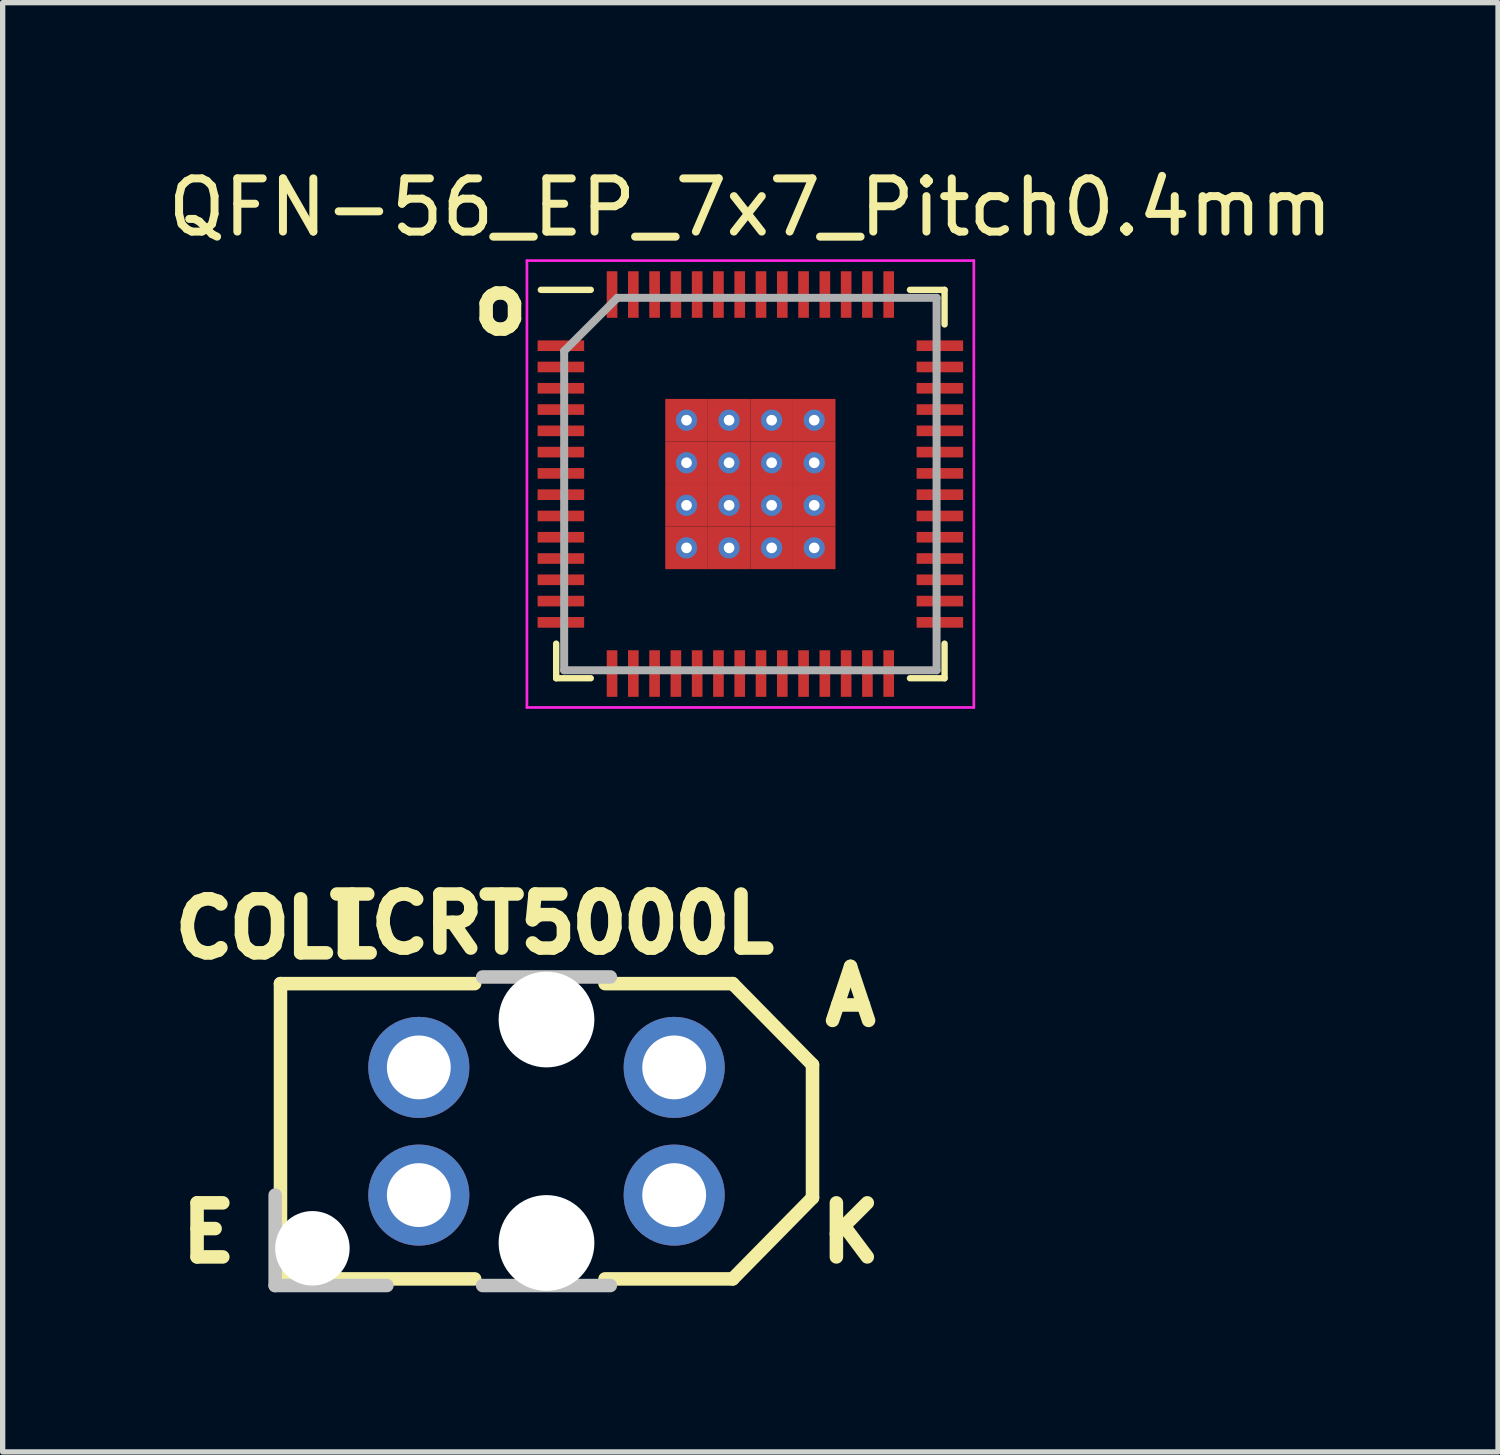
<source format=kicad_pcb>
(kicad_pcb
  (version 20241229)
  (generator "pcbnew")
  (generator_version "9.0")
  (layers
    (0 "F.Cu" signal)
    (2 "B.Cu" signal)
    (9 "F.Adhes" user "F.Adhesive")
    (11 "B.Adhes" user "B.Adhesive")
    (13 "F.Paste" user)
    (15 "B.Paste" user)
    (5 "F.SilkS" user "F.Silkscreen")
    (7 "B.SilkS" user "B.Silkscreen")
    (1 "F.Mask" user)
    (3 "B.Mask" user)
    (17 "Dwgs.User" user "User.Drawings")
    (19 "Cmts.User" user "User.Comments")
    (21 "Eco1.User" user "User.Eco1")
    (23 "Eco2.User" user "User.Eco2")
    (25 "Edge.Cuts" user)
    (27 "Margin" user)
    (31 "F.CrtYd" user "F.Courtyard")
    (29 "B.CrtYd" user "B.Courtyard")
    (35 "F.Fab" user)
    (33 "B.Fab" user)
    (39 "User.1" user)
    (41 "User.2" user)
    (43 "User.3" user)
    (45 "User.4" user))
  (footprint "TCRT5000L"
    (layer "F.Cu")
    (at 7.222 18.213)
    (property "Reference" "TCRT5000L" (at 0.1 -3.9 0) (layer "F.SilkS") (effects (font (size 1.016 1.016) (thickness 0.254))))
    (attr through_hole)
    (fp_line (start -5 -2.775) (end -1.35 -2.775) (stroke (width 0.254) (type solid)) (layer "F.SilkS"))
    (fp_line (start -5 2.775) (end -5 -2.775) (stroke (width 0.254) (type solid)) (layer "F.SilkS"))
    (fp_line (start -5 2.775) (end -1.35 2.775) (stroke (width 0.254) (type solid)) (layer "F.SilkS"))
    (fp_line (start 3.5 -2.775) (end 1.1 -2.775) (stroke (width 0.254) (type solid)) (layer "F.SilkS"))
    (fp_line (start 3.5 -2.775) (end 5 -1.25) (stroke (width 0.254) (type solid)) (layer "F.SilkS"))
    (fp_line (start 3.5 2.775) (end 1.1 2.775) (stroke (width 0.254) (type solid)) (layer "F.SilkS"))
    (fp_line (start 3.5 2.775) (end 5 1.25) (stroke (width 0.254) (type solid)) (layer "F.SilkS"))
    (fp_line (start 5 -1.25) (end 5 1.25) (stroke (width 0.254) (type solid)) (layer "F.SilkS"))
    (fp_line (start -5.1 1.2) (end -5.1 2.9) (stroke (width 0.254) (type solid)) (layer "Dwgs.User"))
    (fp_line (start -5.1 2.9) (end -3 2.9) (stroke (width 0.254) (type solid)) (layer "Dwgs.User"))
    (fp_line (start -1.2 2.9) (end 1.2 2.9) (stroke (width 0.254) (type solid)) (layer "Dwgs.User"))
    (fp_line (start 1.2 -2.9) (end -1.2 -2.9) (stroke (width 0.254) (type solid)) (layer "Dwgs.User"))
    (fp_text user "COLL" (at -5.08 -3.81 0) (layer "F.SilkS") (effects (font (size 1.016 1.016) (thickness 0.254))))
    (fp_text user "E" (at -6.35 1.905 0) (layer "F.SilkS") (effects (font (size 1.016 1.016) (thickness 0.254))))
    (fp_text user "K" (at 5.715 1.905 0) (layer "F.SilkS") (effects (font (size 1.016 1.016) (thickness 0.254))))
    (fp_text user "A" (at 5.715 -2.54 0) (layer "F.SilkS") (effects (font (size 1.016 1.016) (thickness 0.254))))
    (pad "" np_thru_hole circle (at -4.4 2.2) (size 1.4 1.4) (drill 1.4) (layers "*.Cu" "*.Mask"))
    (pad "" np_thru_hole circle (at 0 -2.1) (size 1.8 1.8) (drill 1.8) (layers "*.Cu" "*.Mask"))
    (pad "" np_thru_hole circle (at 0 2.1) (size 1.8 1.8) (drill 1.8) (layers "*.Cu" "*.Mask"))
    (pad "1" thru_hole circle (at -2.4 -1.2) (size 1.9 1.9) (drill 1.2) (layers "*.Cu" "*.Mask"))
    (pad "2" thru_hole circle (at -2.4 1.2) (size 1.9 1.9) (drill 1.2) (layers "*.Cu" "*.Mask"))
    (pad "3" thru_hole circle (at 2.4 1.2) (size 1.9 1.9) (drill 1.2) (layers "*.Cu" "*.Mask"))
    (pad "4" thru_hole circle (at 2.4 -1.2) (size 1.9 1.9) (drill 1.2) (layers "*.Cu" "*.Mask")))
  (footprint "QFN-56_EP_7x7_Pitch0.4mm"
    (layer "F.Cu")
    (at 11.054 6.048)
    (property "Reference" "QFN-56_EP_7x7_Pitch0.4mm" (at 0 -5.2 0) (layer "F.SilkS") (effects (font (size 1 1) (thickness 0.15))))
    (attr smd)
    (fp_line (start -3.65 3.65) (end -3.65 3) (stroke (width 0.12) (type solid)) (layer "F.SilkS"))
    (fp_line (start -3 -3.65) (end -3.938 -3.65) (stroke (width 0.12) (type solid)) (layer "F.SilkS"))
    (fp_line (start -3 3.65) (end -3.65 3.65) (stroke (width 0.12) (type solid)) (layer "F.SilkS"))
    (fp_line (start 3 -3.65) (end 3.65 -3.65) (stroke (width 0.12) (type solid)) (layer "F.SilkS"))
    (fp_line (start 3 3.65) (end 3.65 3.65) (stroke (width 0.12) (type solid)) (layer "F.SilkS"))
    (fp_line (start 3.65 -3.65) (end 3.65 -3) (stroke (width 0.12) (type solid)) (layer "F.SilkS"))
    (fp_line (start 3.65 3.65) (end 3.65 3) (stroke (width 0.12) (type solid)) (layer "F.SilkS"))
    (fp_line (start -4.2 -4.2) (end 4.2 -4.2) (stroke (width 0.05) (type solid)) (layer "F.CrtYd"))
    (fp_line (start -4.2 4.2) (end -4.2 -4.2) (stroke (width 0.05) (type solid)) (layer "F.CrtYd"))
    (fp_line (start 4.2 -4.2) (end 4.2 4.2) (stroke (width 0.05) (type solid)) (layer "F.CrtYd"))
    (fp_line (start 4.2 4.2) (end -4.2 4.2) (stroke (width 0.05) (type solid)) (layer "F.CrtYd"))
    (fp_line (start -3.5 -2.5) (end -3.5 3.5) (stroke (width 0.15) (type solid)) (layer "F.Fab"))
    (fp_line (start -3.5 3.5) (end 3.5 3.5) (stroke (width 0.15) (type solid)) (layer "F.Fab"))
    (fp_line (start -2.5 -3.5) (end -3.5 -2.5) (stroke (width 0.15) (type solid)) (layer "F.Fab"))
    (fp_line (start 3.5 -3.5) (end -2.5 -3.5) (stroke (width 0.15) (type solid)) (layer "F.Fab"))
    (fp_line (start 3.5 3.5) (end 3.5 -3.5) (stroke (width 0.15) (type solid)) (layer "F.Fab"))
    (fp_text user "o" (at -4.7 -3.37 0) (layer "F.SilkS") (effects (font (size 1.016 1.016) (thickness 0.254))))
    (pad "" smd roundrect (at -0.8 -0.8) (size 0.6 0.6) (layers "F.Paste") (roundrect_rratio 0.25))
    (pad "" smd roundrect (at -0.8 0) (size 0.6 0.6) (layers "F.Paste") (roundrect_rratio 0.25))
    (pad "" smd roundrect (at -0.8 0.8) (size 0.6 0.6) (layers "F.Paste") (roundrect_rratio 0.25))
    (pad "" smd roundrect (at 0 -0.8) (size 0.6 0.6) (layers "F.Paste") (roundrect_rratio 0.25))
    (pad "" smd roundrect (at 0 0) (size 0.6 0.6) (layers "F.Paste") (roundrect_rratio 0.25))
    (pad "" smd roundrect (at 0 0.8) (size 0.6 0.6) (layers "F.Paste") (roundrect_rratio 0.25))
    (pad "" smd roundrect (at 0.8 -0.8) (size 0.6 0.6) (layers "F.Paste") (roundrect_rratio 0.25))
    (pad "" smd roundrect (at 0.8 0) (size 0.6 0.6) (layers "F.Paste") (roundrect_rratio 0.25))
    (pad "" smd roundrect (at 0.8 0.8) (size 0.6 0.6) (layers "F.Paste") (roundrect_rratio 0.25))
    (pad "1" smd rect (at -3.562 -2.6 90) (size 0.2 0.875) (layers "F.Cu" "F.Mask" "F.Paste"))
    (pad "2" smd rect (at -3.562 -2.2 90) (size 0.2 0.875) (layers "F.Cu" "F.Mask" "F.Paste"))
    (pad "3" smd rect (at -3.562 -1.8 90) (size 0.2 0.875) (layers "F.Cu" "F.Mask" "F.Paste"))
    (pad "4" smd rect (at -3.562 -1.4 90) (size 0.2 0.875) (layers "F.Cu" "F.Mask" "F.Paste"))
    (pad "5" smd rect (at -3.562 -1 90) (size 0.2 0.875) (layers "F.Cu" "F.Mask" "F.Paste"))
    (pad "6" smd rect (at -3.562 -0.6 90) (size 0.2 0.875) (layers "F.Cu" "F.Mask" "F.Paste"))
    (pad "7" smd rect (at -3.562 -0.2 90) (size 0.2 0.875) (layers "F.Cu" "F.Mask" "F.Paste"))
    (pad "8" smd rect (at -3.562 0.2 90) (size 0.2 0.875) (layers "F.Cu" "F.Mask" "F.Paste"))
    (pad "9" smd rect (at -3.562 0.6 90) (size 0.2 0.875) (layers "F.Cu" "F.Mask" "F.Paste"))
    (pad "10" smd rect (at -3.562 1 90) (size 0.2 0.875) (layers "F.Cu" "F.Mask" "F.Paste"))
    (pad "11" smd rect (at -3.562 1.4 90) (size 0.2 0.875) (layers "F.Cu" "F.Mask" "F.Paste"))
    (pad "12" smd rect (at -3.562 1.8 90) (size 0.2 0.875) (layers "F.Cu" "F.Mask" "F.Paste"))
    (pad "13" smd rect (at -3.562 2.2 90) (size 0.2 0.875) (layers "F.Cu" "F.Mask" "F.Paste"))
    (pad "14" smd rect (at -3.562 2.6 90) (size 0.2 0.875) (layers "F.Cu" "F.Mask" "F.Paste"))
    (pad "15" smd rect (at -2.6 3.562) (size 0.2 0.875) (layers "F.Cu" "F.Mask" "F.Paste"))
    (pad "16" smd rect (at -2.2 3.562) (size 0.2 0.875) (layers "F.Cu" "F.Mask" "F.Paste"))
    (pad "17" smd rect (at -1.8 3.562) (size 0.2 0.875) (layers "F.Cu" "F.Mask" "F.Paste"))
    (pad "18" smd rect (at -1.4 3.562) (size 0.2 0.875) (layers "F.Cu" "F.Mask" "F.Paste"))
    (pad "19" smd rect (at -1 3.562) (size 0.2 0.875) (layers "F.Cu" "F.Mask" "F.Paste"))
    (pad "20" smd rect (at -0.6 3.562) (size 0.2 0.875) (layers "F.Cu" "F.Mask" "F.Paste"))
    (pad "21" smd rect (at -0.2 3.562) (size 0.2 0.875) (layers "F.Cu" "F.Mask" "F.Paste"))
    (pad "22" smd rect (at 0.2 3.562) (size 0.2 0.875) (layers "F.Cu" "F.Mask" "F.Paste"))
    (pad "23" smd rect (at 0.6 3.562) (size 0.2 0.875) (layers "F.Cu" "F.Mask" "F.Paste"))
    (pad "24" smd rect (at 1 3.562) (size 0.2 0.875) (layers "F.Cu" "F.Mask" "F.Paste"))
    (pad "25" smd rect (at 1.4 3.562) (size 0.2 0.875) (layers "F.Cu" "F.Mask" "F.Paste"))
    (pad "26" smd rect (at 1.8 3.562) (size 0.2 0.875) (layers "F.Cu" "F.Mask" "F.Paste"))
    (pad "27" smd rect (at 2.2 3.562) (size 0.2 0.875) (layers "F.Cu" "F.Mask" "F.Paste"))
    (pad "28" smd rect (at 2.6 3.562) (size 0.2 0.875) (layers "F.Cu" "F.Mask" "F.Paste"))
    (pad "29" smd rect (at 3.562 2.6 90) (size 0.2 0.875) (layers "F.Cu" "F.Mask" "F.Paste"))
    (pad "30" smd rect (at 3.562 2.2 90) (size 0.2 0.875) (layers "F.Cu" "F.Mask" "F.Paste"))
    (pad "31" smd rect (at 3.562 1.8 90) (size 0.2 0.875) (layers "F.Cu" "F.Mask" "F.Paste"))
    (pad "32" smd rect (at 3.562 1.4 90) (size 0.2 0.875) (layers "F.Cu" "F.Mask" "F.Paste"))
    (pad "33" smd rect (at 3.562 1 90) (size 0.2 0.875) (layers "F.Cu" "F.Mask" "F.Paste"))
    (pad "34" smd rect (at 3.562 0.6 90) (size 0.2 0.875) (layers "F.Cu" "F.Mask" "F.Paste"))
    (pad "35" smd rect (at 3.562 0.2 90) (size 0.2 0.875) (layers "F.Cu" "F.Mask" "F.Paste"))
    (pad "36" smd rect (at 3.562 -0.2 90) (size 0.2 0.875) (layers "F.Cu" "F.Mask" "F.Paste"))
    (pad "37" smd rect (at 3.562 -0.6 90) (size 0.2 0.875) (layers "F.Cu" "F.Mask" "F.Paste"))
    (pad "38" smd rect (at 3.562 -1 90) (size 0.2 0.875) (layers "F.Cu" "F.Mask" "F.Paste"))
    (pad "39" smd rect (at 3.562 -1.4 90) (size 0.2 0.875) (layers "F.Cu" "F.Mask" "F.Paste"))
    (pad "40" smd rect (at 3.562 -1.8 90) (size 0.2 0.875) (layers "F.Cu" "F.Mask" "F.Paste"))
    (pad "41" smd rect (at 3.562 -2.2 90) (size 0.2 0.875) (layers "F.Cu" "F.Mask" "F.Paste"))
    (pad "42" smd rect (at 3.562 -2.6 90) (size 0.2 0.875) (layers "F.Cu" "F.Mask" "F.Paste"))
    (pad "43" smd rect (at 2.6 -3.562) (size 0.2 0.875) (layers "F.Cu" "F.Mask" "F.Paste"))
    (pad "44" smd rect (at 2.2 -3.562) (size 0.2 0.875) (layers "F.Cu" "F.Mask" "F.Paste"))
    (pad "45" smd rect (at 1.8 -3.562) (size 0.2 0.875) (layers "F.Cu" "F.Mask" "F.Paste"))
    (pad "46" smd rect (at 1.4 -3.562) (size 0.2 0.875) (layers "F.Cu" "F.Mask" "F.Paste"))
    (pad "47" smd rect (at 1 -3.562) (size 0.2 0.875) (layers "F.Cu" "F.Mask" "F.Paste"))
    (pad "48" smd rect (at 0.6 -3.562) (size 0.2 0.875) (layers "F.Cu" "F.Mask" "F.Paste"))
    (pad "49" smd rect (at 0.2 -3.562) (size 0.2 0.875) (layers "F.Cu" "F.Mask" "F.Paste"))
    (pad "50" smd rect (at -0.2 -3.562) (size 0.2 0.875) (layers "F.Cu" "F.Mask" "F.Paste"))
    (pad "51" smd rect (at -0.6 -3.562) (size 0.2 0.875) (layers "F.Cu" "F.Mask" "F.Paste"))
    (pad "52" smd rect (at -1 -3.562) (size 0.2 0.875) (layers "F.Cu" "F.Mask" "F.Paste"))
    (pad "53" smd rect (at -1.4 -3.562) (size 0.2 0.875) (layers "F.Cu" "F.Mask" "F.Paste"))
    (pad "54" smd rect (at -1.8 -3.562) (size 0.2 0.875) (layers "F.Cu" "F.Mask" "F.Paste"))
    (pad "55" smd rect (at -2.2 -3.562) (size 0.2 0.875) (layers "F.Cu" "F.Mask" "F.Paste"))
    (pad "56" smd rect (at -2.6 -3.562) (size 0.2 0.875) (layers "F.Cu" "F.Mask" "F.Paste"))
    (pad "57" thru_hole circle (at -1.2 -1.2) (size 0.4 0.4) (drill 0.2) (layers "*.Cu" "*.Mask"))
    (pad "57" smd rect (at -1.2 -1.2) (size 0.8 0.8) (layers "F.Cu" "F.Mask" "F.Paste"))
    (pad "57" thru_hole circle (at -1.2 -0.4) (size 0.4 0.4) (drill 0.2) (layers "*.Cu" "*.Mask"))
    (pad "57" smd rect (at -1.2 -0.4) (size 0.8 0.8) (layers "F.Cu" "F.Mask" "F.Paste"))
    (pad "57" thru_hole circle (at -1.2 0.4) (size 0.4 0.4) (drill 0.2) (layers "*.Cu" "*.Mask"))
    (pad "57" smd rect (at -1.2 0.4) (size 0.8 0.8) (layers "F.Cu" "F.Mask" "F.Paste"))
    (pad "57" thru_hole circle (at -1.2 1.2) (size 0.4 0.4) (drill 0.2) (layers "*.Cu" "*.Mask"))
    (pad "57" smd rect (at -1.2 1.2) (size 0.8 0.8) (layers "F.Cu" "F.Mask" "F.Paste"))
    (pad "57" thru_hole circle (at -0.4 -1.2) (size 0.4 0.4) (drill 0.2) (layers "*.Cu" "*.Mask"))
    (pad "57" smd rect (at -0.4 -1.2) (size 0.8 0.8) (layers "F.Cu" "F.Mask" "F.Paste"))
    (pad "57" thru_hole circle (at -0.4 -0.4) (size 0.4 0.4) (drill 0.2) (layers "*.Cu" "*.Mask"))
    (pad "57" smd rect (at -0.4 -0.4) (size 0.8 0.8) (layers "F.Cu" "F.Mask" "F.Paste"))
    (pad "57" thru_hole circle (at -0.4 0.4) (size 0.4 0.4) (drill 0.2) (layers "*.Cu" "*.Mask"))
    (pad "57" smd rect (at -0.4 0.4) (size 0.8 0.8) (layers "F.Cu" "F.Mask" "F.Paste"))
    (pad "57" thru_hole circle (at -0.4 1.2) (size 0.4 0.4) (drill 0.2) (layers "*.Cu" "*.Mask"))
    (pad "57" smd rect (at -0.4 1.2) (size 0.8 0.8) (layers "F.Cu" "F.Mask" "F.Paste"))
    (pad "57" thru_hole circle (at 0.4 -1.2) (size 0.4 0.4) (drill 0.2) (layers "*.Cu" "*.Mask"))
    (pad "57" smd rect (at 0.4 -1.2) (size 0.8 0.8) (layers "F.Cu" "F.Mask" "F.Paste"))
    (pad "57" thru_hole circle (at 0.4 -0.4) (size 0.4 0.4) (drill 0.2) (layers "*.Cu" "*.Mask"))
    (pad "57" smd rect (at 0.4 -0.4) (size 0.8 0.8) (layers "F.Cu" "F.Mask" "F.Paste"))
    (pad "57" thru_hole circle (at 0.4 0.4) (size 0.4 0.4) (drill 0.2) (layers "*.Cu" "*.Mask"))
    (pad "57" smd rect (at 0.4 0.4) (size 0.8 0.8) (layers "F.Cu" "F.Mask" "F.Paste"))
    (pad "57" thru_hole circle (at 0.4 1.2) (size 0.4 0.4) (drill 0.2) (layers "*.Cu" "*.Mask"))
    (pad "57" smd rect (at 0.4 1.2) (size 0.8 0.8) (layers "F.Cu" "F.Mask" "F.Paste"))
    (pad "57" thru_hole circle (at 1.2 -1.2) (size 0.4 0.4) (drill 0.2) (layers "*.Cu" "*.Mask"))
    (pad "57" smd rect (at 1.2 -1.2) (size 0.8 0.8) (layers "F.Cu" "F.Mask" "F.Paste"))
    (pad "57" thru_hole circle (at 1.2 -0.4) (size 0.4 0.4) (drill 0.2) (layers "*.Cu" "*.Mask"))
    (pad "57" smd rect (at 1.2 -0.4) (size 0.8 0.8) (layers "F.Cu" "F.Mask" "F.Paste"))
    (pad "57" thru_hole circle (at 1.2 0.4) (size 0.4 0.4) (drill 0.2) (layers "*.Cu" "*.Mask"))
    (pad "57" smd rect (at 1.2 0.4) (size 0.8 0.8) (layers "F.Cu" "F.Mask" "F.Paste"))
    (pad "57" thru_hole circle (at 1.2 1.2) (size 0.4 0.4) (drill 0.2) (layers "*.Cu" "*.Mask"))
    (pad "57" smd rect (at 1.2 1.2) (size 0.8 0.8) (layers "F.Cu" "F.Mask" "F.Paste")))
  (gr_rect
    (start -3 -3)
    (end 25.107 24.24)
    (stroke (width 0.1) (type default))
    (fill no)
    (layer "Edge.Cuts")))
</source>
